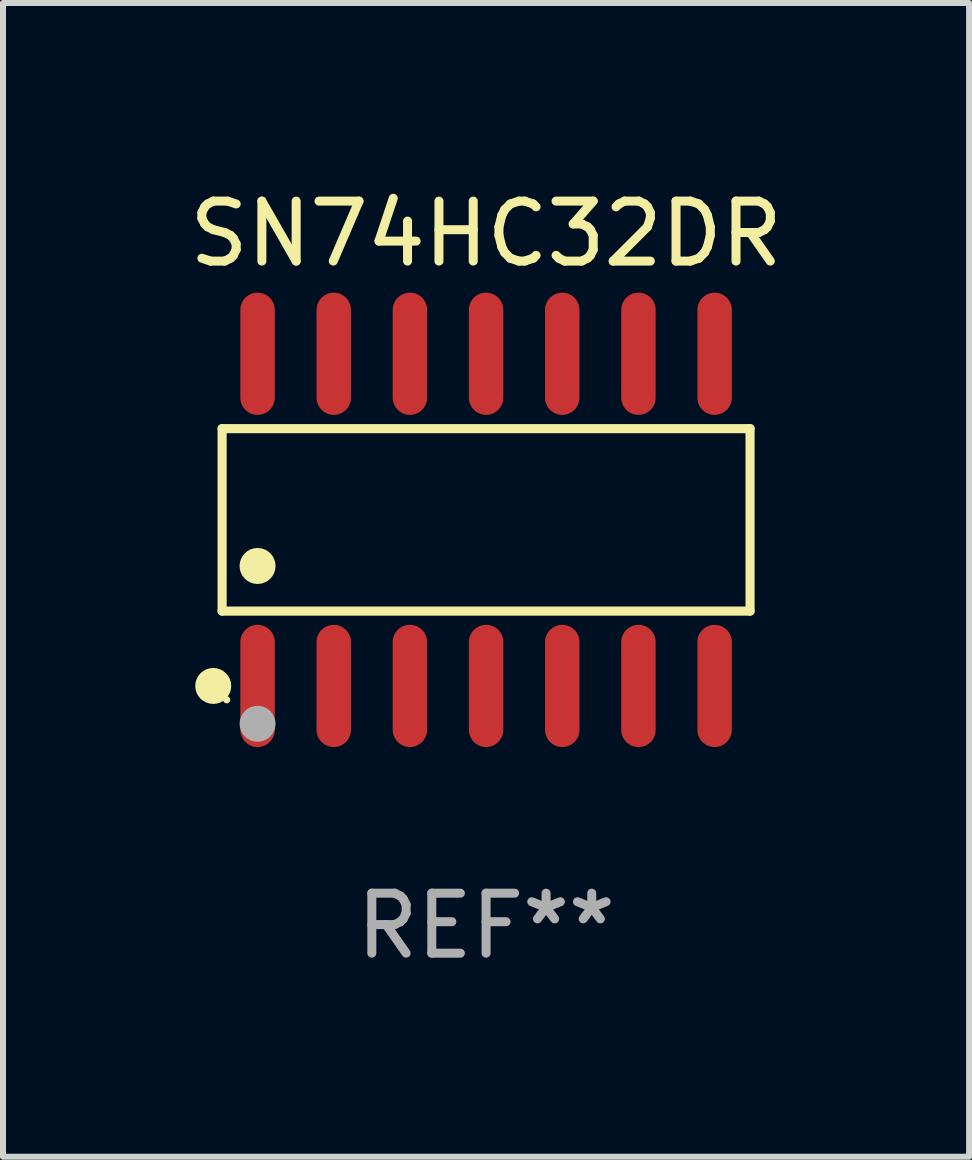
<source format=kicad_pcb>
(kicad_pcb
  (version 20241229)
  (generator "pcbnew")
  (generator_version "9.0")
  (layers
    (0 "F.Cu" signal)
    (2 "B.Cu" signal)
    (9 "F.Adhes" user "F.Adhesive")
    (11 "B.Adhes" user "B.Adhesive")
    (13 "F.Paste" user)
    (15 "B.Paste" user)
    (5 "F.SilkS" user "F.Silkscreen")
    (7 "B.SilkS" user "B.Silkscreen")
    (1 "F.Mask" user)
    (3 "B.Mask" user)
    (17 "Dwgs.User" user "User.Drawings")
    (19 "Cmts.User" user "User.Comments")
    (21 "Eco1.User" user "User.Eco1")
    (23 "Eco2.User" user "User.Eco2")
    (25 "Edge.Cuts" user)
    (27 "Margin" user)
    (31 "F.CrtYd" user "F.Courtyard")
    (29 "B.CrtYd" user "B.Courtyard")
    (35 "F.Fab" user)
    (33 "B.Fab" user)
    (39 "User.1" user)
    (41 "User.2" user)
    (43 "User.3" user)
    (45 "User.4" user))
  (footprint "SN74HC32DR"
    (layer "F.Cu")
    (at 5.054 5.617)
    (property "Reference" "SN74HC32DR" (at 0 -4.769 0) (layer "F.SilkS") (effects (font (size 1 1) (thickness 0.15))))
    (attr through_hole)
    (fp_line (start -4.401 -1.521) (end 4.401 -1.521) (stroke (width 0.152) (type solid)) (layer "F.SilkS"))
    (fp_line (start -4.401 1.521) (end -4.401 -1.521) (stroke (width 0.152) (type solid)) (layer "F.SilkS"))
    (fp_line (start 4.401 -1.521) (end 4.401 1.521) (stroke (width 0.152) (type solid)) (layer "F.SilkS"))
    (fp_line (start 4.401 1.521) (end -4.401 1.521) (stroke (width 0.152) (type solid)) (layer "F.SilkS"))
    (fp_circle (center -4.549 2.769) (end -4.399 2.769) (stroke (width 0.3) (type solid)) (fill no) (layer "F.SilkS"))
    (fp_circle (center -4.325 3) (end -4.295 3) (stroke (width 0.06) (type solid)) (fill no) (layer "F.SilkS"))
    (fp_circle (center -3.81 0.769) (end -3.66 0.769) (stroke (width 0.3) (type solid)) (fill no) (layer "F.SilkS"))
    (fp_circle (center -3.81 3.4) (end -3.66 3.4) (stroke (width 0.3) (type solid)) (fill no) (layer "F.Fab"))
    (fp_text user "REF**" (at 0 6.769 0) (layer "F.Fab") (effects (font (size 1 1) (thickness 0.15))))
    (pad "1" smd oval (at -3.81 2.769) (size 0.574 2.038) (layers "F.Cu" "F.Mask" "F.Paste"))
    (pad "2" smd oval (at -2.54 2.769) (size 0.574 2.038) (layers "F.Cu" "F.Mask" "F.Paste"))
    (pad "3" smd oval (at -1.27 2.769) (size 0.574 2.038) (layers "F.Cu" "F.Mask" "F.Paste"))
    (pad "4" smd oval (at 0 2.769) (size 0.574 2.038) (layers "F.Cu" "F.Mask" "F.Paste"))
    (pad "5" smd oval (at 1.27 2.769) (size 0.574 2.038) (layers "F.Cu" "F.Mask" "F.Paste"))
    (pad "6" smd oval (at 2.54 2.769) (size 0.574 2.038) (layers "F.Cu" "F.Mask" "F.Paste"))
    (pad "7" smd oval (at 3.81 2.769) (size 0.574 2.038) (layers "F.Cu" "F.Mask" "F.Paste"))
    (pad "8" smd oval (at 3.81 -2.769) (size 0.574 2.038) (layers "F.Cu" "F.Mask" "F.Paste"))
    (pad "9" smd oval (at 2.54 -2.769) (size 0.574 2.038) (layers "F.Cu" "F.Mask" "F.Paste"))
    (pad "10" smd oval (at 1.27 -2.769) (size 0.574 2.038) (layers "F.Cu" "F.Mask" "F.Paste"))
    (pad "11" smd oval (at 0 -2.769) (size 0.574 2.038) (layers "F.Cu" "F.Mask" "F.Paste"))
    (pad "12" smd oval (at -1.27 -2.769) (size 0.574 2.038) (layers "F.Cu" "F.Mask" "F.Paste"))
    (pad "13" smd oval (at -2.54 -2.769) (size 0.574 2.038) (layers "F.Cu" "F.Mask" "F.Paste"))
    (pad "14" smd oval (at -3.81 -2.769) (size 0.574 2.038) (layers "F.Cu" "F.Mask" "F.Paste")))
  (gr_rect
    (start -3 -3)
    (end 13.107 16.235)
    (stroke (width 0.1) (type default))
    (fill no)
    (layer "Edge.Cuts")))
</source>
